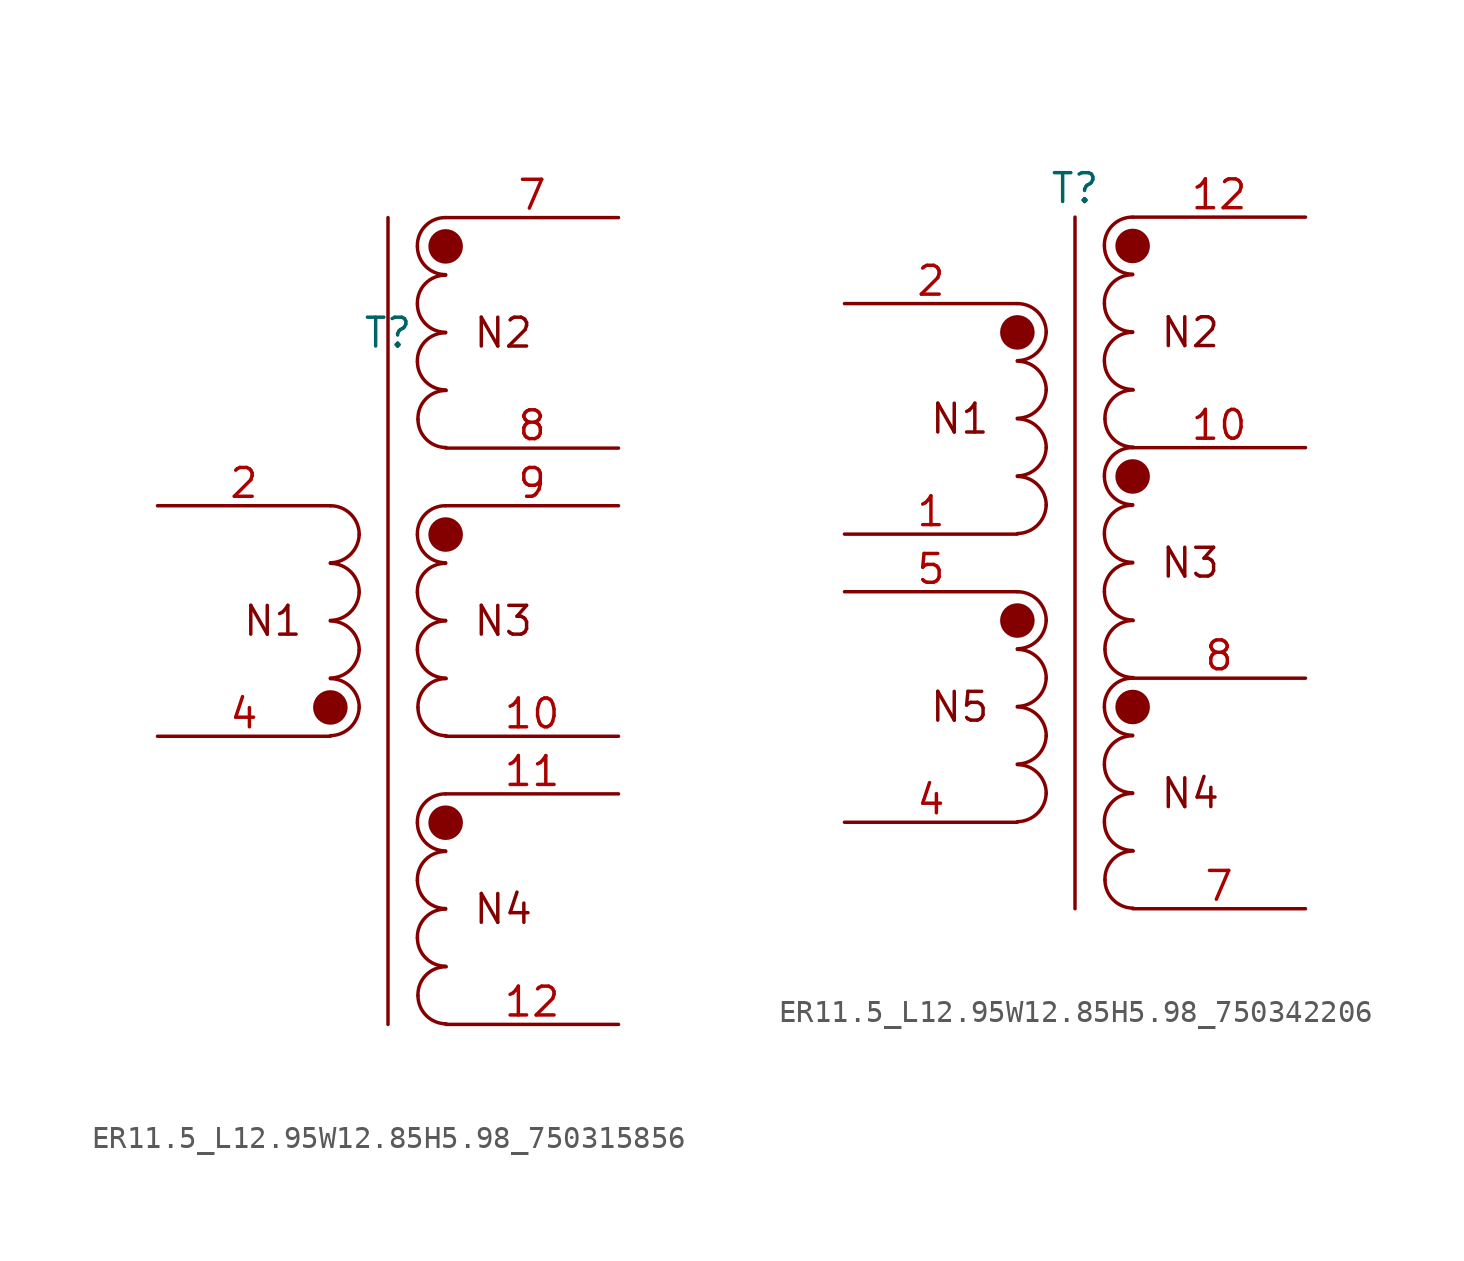
<source format=kicad_sym>
(kicad_symbol_lib
  (version 20220914)
  (generator kicad_symbol_editor)
  (symbol "ER11.5_L12.95W12.85H5.98_750315856"
    (pin_names hide)
    (property "Reference" "T"
      (at 0 12.7 0)
      (effects (font (size 1.27 1.27))))
    (symbol "ER11.5_L12.95W12.85H5.98_750315856_0_1"
      (arc (start -2.54 -5.0546) (mid -1.6561 -4.6863) (end -1.27 -3.81) (stroke (width 0) (type default)) (fill (type none)))
      (arc (start -2.54 -2.5146) (mid -1.6561 -2.1463) (end -1.27 -1.27) (stroke (width 0) (type default)) (fill (type none)))
      (arc (start -2.54 0.0254) (mid -1.6561 0.3937) (end -1.27 1.27) (stroke (width 0) (type default)) (fill (type none)))
      (arc (start -2.54 2.5654) (mid -1.6561 2.9337) (end -1.27 3.81) (stroke (width 0) (type default)) (fill (type none)))
      (arc (start -1.27 -3.81) (mid -1.642 -2.912) (end -2.54 -2.54) (stroke (width 0) (type default)) (fill (type none)))
      (arc (start -1.27 -1.27) (mid -1.642 -0.372) (end -2.54 0) (stroke (width 0) (type default)) (fill (type none)))
      (arc (start -1.27 1.27) (mid -1.642 2.168) (end -2.54 2.54) (stroke (width 0) (type default)) (fill (type none)))
      (arc (start -1.27 3.81) (mid -1.642 4.708) (end -2.54 5.08) (stroke (width 0) (type default)) (fill (type none)))
      (polyline (pts (xy 0 17.78) (xy 0 -17.78)) (stroke (width 0) (type default)) (fill (type none)))
      (arc (start 1.2954 -13.97) (mid 1.6599 -14.8501) (end 2.54 -15.2146) (stroke (width 0) (type default)) (fill (type none)))
      (arc (start 1.2954 -11.43) (mid 1.6599 -12.3101) (end 2.54 -12.6746) (stroke (width 0) (type default)) (fill (type none)))
      (arc (start 1.2954 -8.89) (mid 1.6599 -9.7701) (end 2.54 -10.1346) (stroke (width 0) (type default)) (fill (type none)))
      (arc (start 1.2954 -1.27) (mid 1.6599 -2.1501) (end 2.54 -2.5146) (stroke (width 0) (type default)) (fill (type none)))
      (arc (start 1.2954 1.27) (mid 1.6599 0.3899) (end 2.54 0.0254) (stroke (width 0) (type default)) (fill (type none)))
      (arc (start 1.2954 3.81) (mid 1.6599 2.9299) (end 2.54 2.5654) (stroke (width 0) (type default)) (fill (type none)))
      (arc (start 1.2954 11.43) (mid 1.6599 10.5499) (end 2.54 10.1854) (stroke (width 0) (type default)) (fill (type none)))
      (arc (start 1.2954 13.97) (mid 1.6599 13.0899) (end 2.54 12.7254) (stroke (width 0) (type default)) (fill (type none)))
      (arc (start 1.2954 16.51) (mid 1.6599 15.6299) (end 2.54 15.2654) (stroke (width 0) (type default)) (fill (type none)))
      (arc (start 1.3208 -16.51) (mid 1.6855 -17.3899) (end 2.5654 -17.7546) (stroke (width 0) (type default)) (fill (type none)))
      (arc (start 1.3208 -3.81) (mid 1.6855 -4.6899) (end 2.5654 -5.0546) (stroke (width 0) (type default)) (fill (type none)))
      (arc (start 1.3208 8.89) (mid 1.6855 8.0101) (end 2.5654 7.6454) (stroke (width 0) (type default)) (fill (type none)))
      (arc (start 2.54 -12.7) (mid 1.6458 -13.0685) (end 1.2954 -13.97) (stroke (width 0) (type default)) (fill (type none)))
      (arc (start 2.54 -10.16) (mid 1.6458 -10.5285) (end 1.2954 -11.43) (stroke (width 0) (type default)) (fill (type none)))
      (arc (start 2.54 -7.62) (mid 1.6458 -7.9885) (end 1.2954 -8.89) (stroke (width 0) (type default)) (fill (type none)))
      (arc (start 2.54 0) (mid 1.6458 -0.3685) (end 1.2954 -1.27) (stroke (width 0) (type default)) (fill (type none)))
      (arc (start 2.54 2.54) (mid 1.6458 2.1715) (end 1.2954 1.27) (stroke (width 0) (type default)) (fill (type none)))
      (arc (start 2.54 5.08) (mid 1.6458 4.7115) (end 1.2954 3.81) (stroke (width 0) (type default)) (fill (type none)))
      (arc (start 2.54 12.7) (mid 1.6458 12.3315) (end 1.2954 11.43) (stroke (width 0) (type default)) (fill (type none)))
      (arc (start 2.54 15.24) (mid 1.6458 14.8715) (end 1.2954 13.97) (stroke (width 0) (type default)) (fill (type none)))
      (arc (start 2.54 17.78) (mid 1.6458 17.4115) (end 1.2954 16.51) (stroke (width 0) (type default)) (fill (type none)))
      (arc (start 2.5654 -15.24) (mid 1.6709 -15.6083) (end 1.3208 -16.51) (stroke (width 0) (type default)) (fill (type none)))
      (arc (start 2.5654 -2.54) (mid 1.6709 -2.9083) (end 1.3208 -3.81) (stroke (width 0) (type default)) (fill (type none)))
      (arc (start 2.5654 10.16) (mid 1.6709 9.7917) (end 1.3208 8.89) (stroke (width 0) (type default)) (fill (type none))))
    (symbol "ER11.5_L12.95W12.85H5.98_750315856_1_1"
      (circle (center -2.54 -3.81) (radius 0.0001) (stroke (width 0.762) (type default)) (fill (type none)))
      (circle (center 2.54 -8.89) (radius 0.0001) (stroke (width 0.762) (type default)) (fill (type none)))
      (circle (center 2.54 3.81) (radius 0.0001) (stroke (width 0.762) (type default)) (fill (type none)))
      (circle (center 2.54 16.51) (radius 0.0001) (stroke (width 0.762) (type default)) (fill (type none)))
      (text "N1" (at -5.08 0 0) (effects (font (size 1.27 1.27))))
      (text "N2" (at 5.08 12.7 0) (effects (font (size 1.27 1.27))))
      (text "N3" (at 5.08 0 0) (effects (font (size 1.27 1.27))))
      (text "N4" (at 5.08 -12.7 0) (effects (font (size 1.27 1.27))))
      (pin passive line (at 10.16 -5.08 180) (length 7.62) (name "10" (effects (font (size 1.27 1.27)))) (number "10" (effects (font (size 1.27 1.27)))))
      (pin passive line (at 10.16 -7.62 180) (length 7.62) (name "11" (effects (font (size 1.27 1.27)))) (number "11" (effects (font (size 1.27 1.27)))))
      (pin passive line (at 10.16 -17.78 180) (length 7.62) (name "12" (effects (font (size 1.27 1.27)))) (number "12" (effects (font (size 1.27 1.27)))))
      (pin passive line (at -10.16 5.08 0) (length 7.62) (name "2" (effects (font (size 1.27 1.27)))) (number "2" (effects (font (size 1.27 1.27)))))
      (pin passive line (at -10.16 -5.08 0) (length 7.62) (name "4" (effects (font (size 1.27 1.27)))) (number "4" (effects (font (size 1.27 1.27)))))
      (pin passive line (at 10.16 17.78 180) (length 7.62) (name "7" (effects (font (size 1.27 1.27)))) (number "7" (effects (font (size 1.27 1.27)))))
      (pin passive line (at 10.16 7.62 180) (length 7.62) (name "8" (effects (font (size 1.27 1.27)))) (number "8" (effects (font (size 1.27 1.27)))))
      (pin passive line (at 10.16 5.08 180) (length 7.62) (name "9" (effects (font (size 1.27 1.27)))) (number "9" (effects (font (size 1.27 1.27)))))))
  (symbol "ER11.5_L12.95W12.85H5.98_750342206"
    (pin_names hide)
    (property "Reference" "T"
      (at 0 16.51 0)
      (effects (font (size 1.27 1.27))))
    (symbol "ER11.5_L12.95W12.85H5.98_750342206_0_1"
      (arc (start -2.54 -11.4046) (mid -1.6561 -11.0363) (end -1.27 -10.16) (stroke (width 0) (type default)) (fill (type none)))
      (arc (start -2.54 -8.8646) (mid -1.6561 -8.4963) (end -1.27 -7.62) (stroke (width 0) (type default)) (fill (type none)))
      (arc (start -2.54 -6.3246) (mid -1.6561 -5.9563) (end -1.27 -5.08) (stroke (width 0) (type default)) (fill (type none)))
      (arc (start -2.54 -3.7846) (mid -1.6561 -3.4163) (end -1.27 -2.54) (stroke (width 0) (type default)) (fill (type none)))
      (arc (start -2.54 1.2954) (mid -1.6561 1.6637) (end -1.27 2.54) (stroke (width 0) (type default)) (fill (type none)))
      (arc (start -2.54 3.8354) (mid -1.6561 4.2037) (end -1.27 5.08) (stroke (width 0) (type default)) (fill (type none)))
      (arc (start -2.54 6.3754) (mid -1.6561 6.7437) (end -1.27 7.62) (stroke (width 0) (type default)) (fill (type none)))
      (arc (start -2.54 8.9154) (mid -1.6561 9.2837) (end -1.27 10.16) (stroke (width 0) (type default)) (fill (type none)))
      (arc (start -1.27 -10.16) (mid -1.642 -9.262) (end -2.54 -8.89) (stroke (width 0) (type default)) (fill (type none)))
      (arc (start -1.27 -7.62) (mid -1.642 -6.722) (end -2.54 -6.35) (stroke (width 0) (type default)) (fill (type none)))
      (arc (start -1.27 -5.08) (mid -1.642 -4.182) (end -2.54 -3.81) (stroke (width 0) (type default)) (fill (type none)))
      (arc (start -1.27 -2.54) (mid -1.642 -1.642) (end -2.54 -1.27) (stroke (width 0) (type default)) (fill (type none)))
      (arc (start -1.27 2.54) (mid -1.642 3.438) (end -2.54 3.81) (stroke (width 0) (type default)) (fill (type none)))
      (arc (start -1.27 5.08) (mid -1.642 5.978) (end -2.54 6.35) (stroke (width 0) (type default)) (fill (type none)))
      (arc (start -1.27 7.62) (mid -1.642 8.518) (end -2.54 8.89) (stroke (width 0) (type default)) (fill (type none)))
      (arc (start -1.27 10.16) (mid -1.642 11.058) (end -2.54 11.43) (stroke (width 0) (type default)) (fill (type none)))
      (polyline (pts (xy 0 15.24) (xy 0 -15.24)) (stroke (width 0) (type default)) (fill (type none)))
      (arc (start 1.2954 -11.43) (mid 1.6599 -12.3101) (end 2.54 -12.6746) (stroke (width 0) (type default)) (fill (type none)))
      (arc (start 1.2954 -8.89) (mid 1.6599 -9.7701) (end 2.54 -10.1346) (stroke (width 0) (type default)) (fill (type none)))
      (arc (start 1.2954 -6.35) (mid 1.6599 -7.2301) (end 2.54 -7.5946) (stroke (width 0) (type default)) (fill (type none)))
      (arc (start 1.2954 -1.27) (mid 1.6599 -2.1501) (end 2.54 -2.5146) (stroke (width 0) (type default)) (fill (type none)))
      (arc (start 1.2954 1.27) (mid 1.6599 0.3899) (end 2.54 0.0254) (stroke (width 0) (type default)) (fill (type none)))
      (arc (start 1.2954 3.81) (mid 1.6599 2.9299) (end 2.54 2.5654) (stroke (width 0) (type default)) (fill (type none)))
      (arc (start 1.2954 8.89) (mid 1.6599 8.0099) (end 2.54 7.6454) (stroke (width 0) (type default)) (fill (type none)))
      (arc (start 1.2954 11.43) (mid 1.6599 10.5499) (end 2.54 10.1854) (stroke (width 0) (type default)) (fill (type none)))
      (arc (start 1.2954 13.97) (mid 1.6599 13.0899) (end 2.54 12.7254) (stroke (width 0) (type default)) (fill (type none)))
      (arc (start 1.3208 -13.97) (mid 1.6854 -14.8499) (end 2.5654 -15.2146) (stroke (width 0) (type default)) (fill (type none)))
      (arc (start 1.3208 -3.81) (mid 1.6853 -4.6901) (end 2.5654 -5.0546) (stroke (width 0) (type default)) (fill (type none)))
      (arc (start 1.3208 6.35) (mid 1.6854 5.4701) (end 2.5654 5.1054) (stroke (width 0) (type default)) (fill (type none)))
      (arc (start 2.54 -10.16) (mid 1.6458 -10.5285) (end 1.2954 -11.43) (stroke (width 0) (type default)) (fill (type none)))
      (arc (start 2.54 -7.62) (mid 1.6458 -7.9885) (end 1.2954 -8.89) (stroke (width 0) (type default)) (fill (type none)))
      (arc (start 2.54 -5.08) (mid 1.6458 -5.4485) (end 1.2954 -6.35) (stroke (width 0) (type default)) (fill (type none)))
      (arc (start 2.54 0) (mid 1.642 -0.372) (end 1.2954 -1.27) (stroke (width 0) (type default)) (fill (type none)))
      (arc (start 2.54 2.54) (mid 1.642 2.168) (end 1.2954 1.27) (stroke (width 0) (type default)) (fill (type none)))
      (arc (start 2.54 5.08) (mid 1.642 4.708) (end 1.2954 3.81) (stroke (width 0) (type default)) (fill (type none)))
      (arc (start 2.54 10.16) (mid 1.6458 9.7915) (end 1.2954 8.89) (stroke (width 0) (type default)) (fill (type none)))
      (arc (start 2.54 12.7) (mid 1.6458 12.3315) (end 1.2954 11.43) (stroke (width 0) (type default)) (fill (type none)))
      (arc (start 2.54 15.24) (mid 1.6458 14.8715) (end 1.2954 13.97) (stroke (width 0) (type default)) (fill (type none)))
      (arc (start 2.5654 -12.7) (mid 1.6709 -13.0683) (end 1.3208 -13.97) (stroke (width 0) (type default)) (fill (type none)))
      (arc (start 2.5654 -2.54) (mid 1.6674 -2.912) (end 1.3208 -3.81) (stroke (width 0) (type default)) (fill (type none)))
      (arc (start 2.5654 7.62) (mid 1.6709 7.2517) (end 1.3208 6.35) (stroke (width 0) (type default)) (fill (type none))))
    (symbol "ER11.5_L12.95W12.85H5.98_750342206_1_1"
      (circle (center -2.54 -2.54) (radius 0.0001) (stroke (width 0.762) (type default)) (fill (type none)))
      (circle (center -2.54 10.16) (radius 0.0001) (stroke (width 0.762) (type default)) (fill (type none)))
      (circle (center 2.54 -6.35) (radius 0.0001) (stroke (width 0.762) (type default)) (fill (type none)))
      (circle (center 2.54 3.81) (radius 0.0001) (stroke (width 0.762) (type default)) (fill (type none)))
      (circle (center 2.54 13.97) (radius 0.0001) (stroke (width 0.762) (type default)) (fill (type none)))
      (text "N1" (at -5.08 6.35 0) (effects (font (size 1.27 1.27))))
      (text "N2" (at 5.08 10.16 0) (effects (font (size 1.27 1.27))))
      (text "N3" (at 5.08 0 0) (effects (font (size 1.27 1.27))))
      (text "N4" (at 5.08 -10.16 0) (effects (font (size 1.27 1.27))))
      (text "N5" (at -5.08 -6.35 0) (effects (font (size 1.27 1.27))))
      (pin passive line (at -10.16 1.27 0) (length 7.62) (name "1" (effects (font (size 1.27 1.27)))) (number "1" (effects (font (size 1.27 1.27)))))
      (pin passive line (at 10.16 5.08 180) (length 7.62) (name "10" (effects (font (size 1.27 1.27)))) (number "10" (effects (font (size 1.27 1.27)))))
      (pin passive line (at 10.16 15.24 180) (length 7.62) (name "12" (effects (font (size 1.27 1.27)))) (number "12" (effects (font (size 1.27 1.27)))))
      (pin passive line (at -10.16 11.43 0) (length 7.62) (name "2" (effects (font (size 1.27 1.27)))) (number "2" (effects (font (size 1.27 1.27)))))
      (pin passive line (at -10.16 -11.43 0) (length 7.62) (name "4" (effects (font (size 1.27 1.27)))) (number "4" (effects (font (size 1.27 1.27)))))
      (pin passive line (at -10.16 -1.27 0) (length 7.62) (name "5" (effects (font (size 1.27 1.27)))) (number "5" (effects (font (size 1.27 1.27)))))
      (pin passive line (at 10.16 -15.24 180) (length 7.62) (name "7" (effects (font (size 1.27 1.27)))) (number "7" (effects (font (size 1.27 1.27)))))
      (pin passive line (at 10.16 -5.08 180) (length 7.62) (name "8" (effects (font (size 1.27 1.27)))) (number "8" (effects (font (size 1.27 1.27))))))))
</source>
